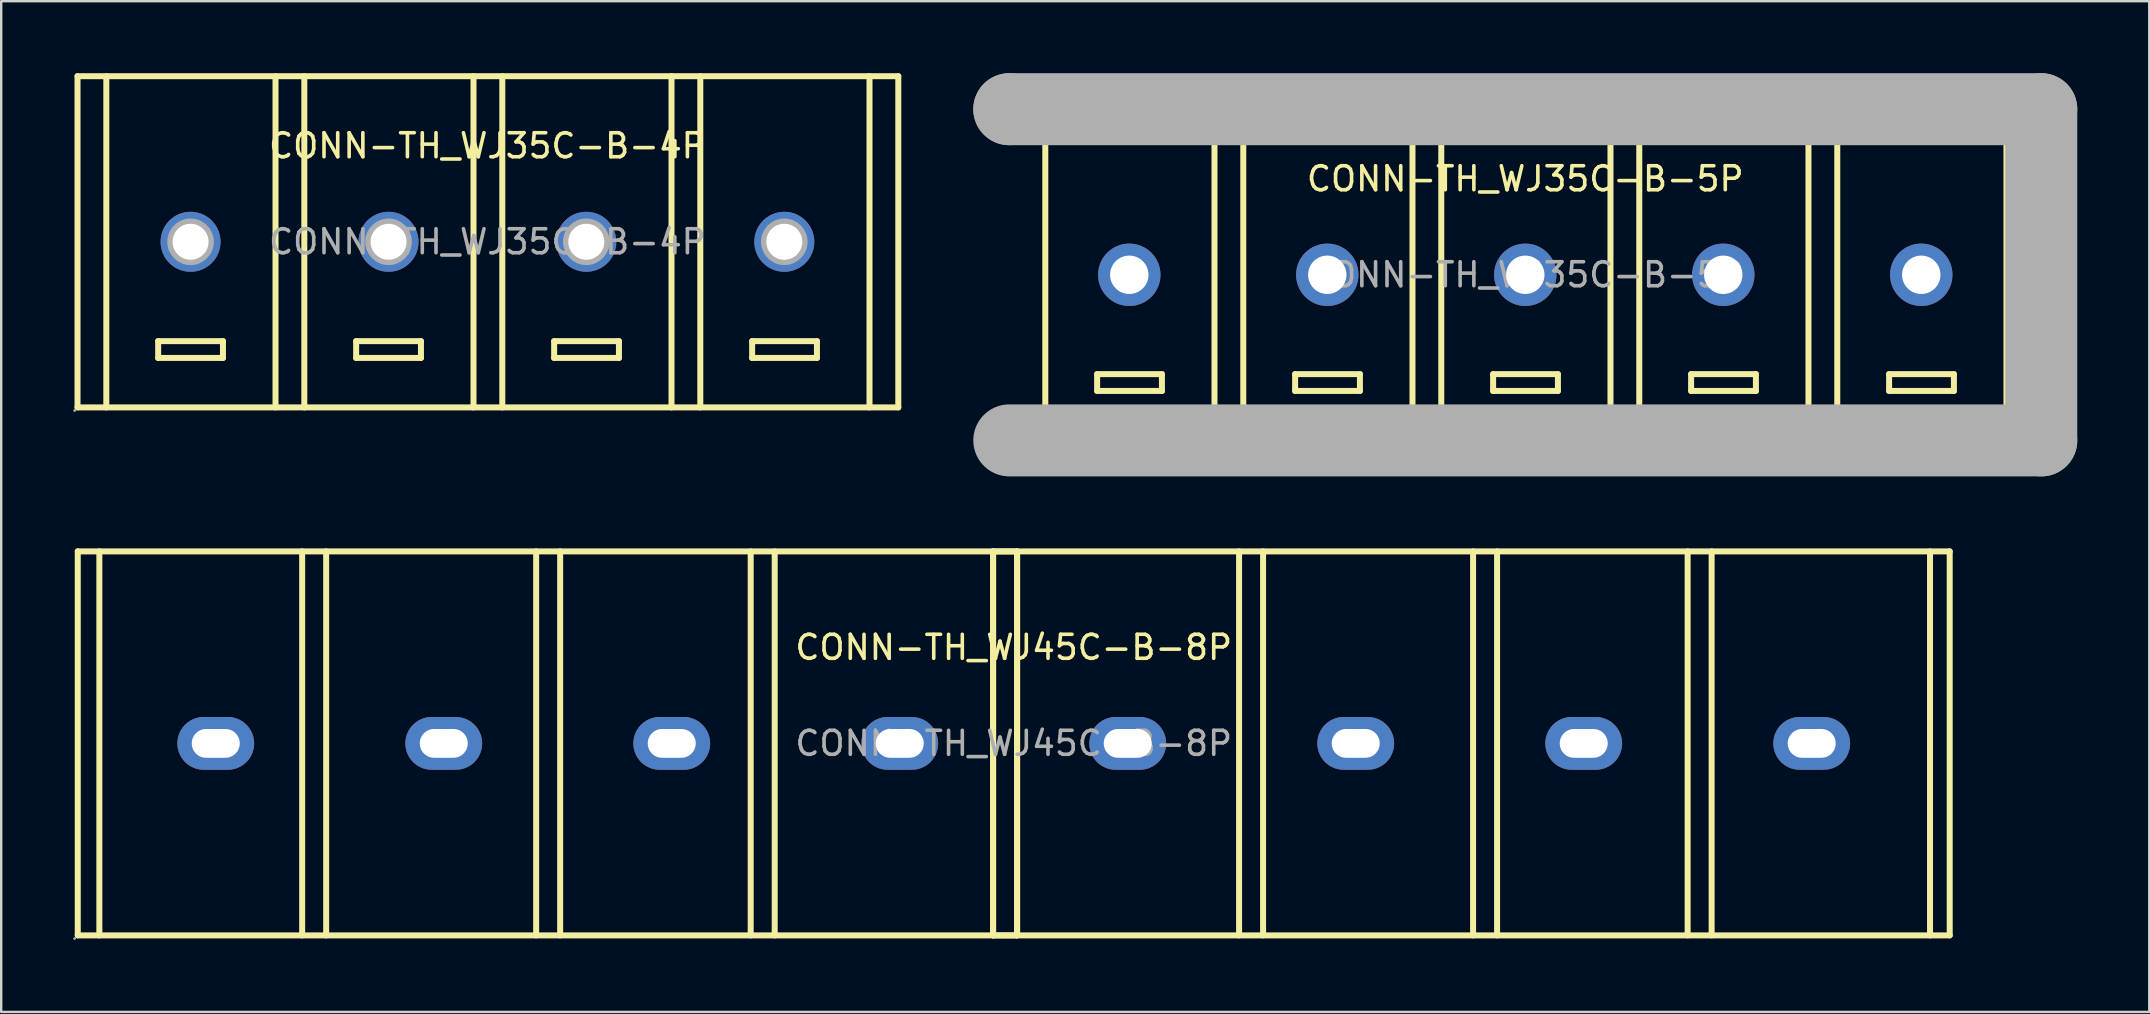
<source format=kicad_pcb>
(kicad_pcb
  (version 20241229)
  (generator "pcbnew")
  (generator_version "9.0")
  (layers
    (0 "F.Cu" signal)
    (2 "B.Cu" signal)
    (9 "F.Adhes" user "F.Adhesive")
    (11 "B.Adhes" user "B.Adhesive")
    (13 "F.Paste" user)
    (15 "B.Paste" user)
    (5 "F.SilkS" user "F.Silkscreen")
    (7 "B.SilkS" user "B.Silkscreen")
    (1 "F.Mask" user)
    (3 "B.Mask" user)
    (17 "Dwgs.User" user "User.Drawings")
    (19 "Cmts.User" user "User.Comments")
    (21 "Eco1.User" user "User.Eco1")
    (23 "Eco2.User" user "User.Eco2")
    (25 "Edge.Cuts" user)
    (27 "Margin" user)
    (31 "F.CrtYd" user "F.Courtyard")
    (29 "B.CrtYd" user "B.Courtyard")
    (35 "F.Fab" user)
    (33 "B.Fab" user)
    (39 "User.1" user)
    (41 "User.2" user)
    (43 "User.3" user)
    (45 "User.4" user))
  (footprint "CONN-TH_WJ45C-B-8P"
    (layer "F.Cu")
    (at 39.19 27.925)
    (property "Reference" "CONN-TH_WJ45C-B-8P" (at 0 -4 0) (layer "F.SilkS") (effects (font (size 1 1) (thickness 0.15))))
    (attr through_hole)
    (fp_line (start -39 -8) (end -39 8) (stroke (width 0.25) (type solid)) (layer "F.SilkS"))
    (fp_line (start -39 -8) (end 0.1 -8) (stroke (width 0.25) (type solid)) (layer "F.SilkS"))
    (fp_line (start -39 8) (end 0.1 8) (stroke (width 0.25) (type solid)) (layer "F.SilkS"))
    (fp_line (start -38.1 -8) (end -38.1 8) (stroke (width 0.25) (type solid)) (layer "F.SilkS"))
    (fp_line (start -29.65 -8) (end -29.65 8) (stroke (width 0.25) (type solid)) (layer "F.SilkS"))
    (fp_line (start -28.65 -8) (end -28.65 8) (stroke (width 0.25) (type solid)) (layer "F.SilkS"))
    (fp_line (start -19.9 -8) (end -19.9 8) (stroke (width 0.25) (type solid)) (layer "F.SilkS"))
    (fp_line (start -18.9 -8) (end -18.9 8) (stroke (width 0.25) (type solid)) (layer "F.SilkS"))
    (fp_line (start -10.96 -8) (end -10.96 8) (stroke (width 0.25) (type solid)) (layer "F.SilkS"))
    (fp_line (start -9.96 -8) (end -9.96 8) (stroke (width 0.25) (type solid)) (layer "F.SilkS"))
    (fp_line (start -0.86 -8) (end -0.86 8) (stroke (width 0.25) (type solid)) (layer "F.SilkS"))
    (fp_line (start -0.86 -8) (end -0.86 8) (stroke (width 0.25) (type solid)) (layer "F.SilkS"))
    (fp_line (start -0.86 -8) (end 39 -8) (stroke (width 0.25) (type solid)) (layer "F.SilkS"))
    (fp_line (start -0.86 8) (end 39 8) (stroke (width 0.25) (type solid)) (layer "F.SilkS"))
    (fp_line (start 0.14 -8) (end 0.14 8) (stroke (width 0.25) (type solid)) (layer "F.SilkS"))
    (fp_line (start 0.14 -8) (end 0.14 8) (stroke (width 0.25) (type solid)) (layer "F.SilkS"))
    (fp_line (start 9.39 -8) (end 9.39 8) (stroke (width 0.25) (type solid)) (layer "F.SilkS"))
    (fp_line (start 10.39 -8) (end 10.39 8) (stroke (width 0.25) (type solid)) (layer "F.SilkS"))
    (fp_line (start 19.14 -8) (end 19.14 8) (stroke (width 0.25) (type solid)) (layer "F.SilkS"))
    (fp_line (start 20.14 -8) (end 20.14 8) (stroke (width 0.25) (type solid)) (layer "F.SilkS"))
    (fp_line (start 28.08 -8) (end 28.08 8) (stroke (width 0.25) (type solid)) (layer "F.SilkS"))
    (fp_line (start 29.08 -8) (end 29.08 8) (stroke (width 0.25) (type solid)) (layer "F.SilkS"))
    (fp_line (start 38.18 -8) (end 38.18 8) (stroke (width 0.25) (type solid)) (layer "F.SilkS"))
    (fp_line (start 39 -8) (end 39 8) (stroke (width 0.25) (type solid)) (layer "F.SilkS"))
    (fp_circle (center -39.13 8.13) (end -39.1 8.13) (stroke (width 0.06) (type solid)) (fill no) (layer "F.Fab"))
    (fp_text user "${REFERENCE}" (at 0 0 0) (layer "F.Fab") (effects (font (size 1 1) (thickness 0.15))))
    (pad "1" thru_hole oval (at -33.25 0) (size 3.2 2.2) (drill oval 2 1.2) (layers "*.Cu" "*.Paste" "*.Mask"))
    (pad "2" thru_hole oval (at -23.75 0) (size 3.2 2.2) (drill oval 2 1.2) (layers "*.Cu" "*.Paste" "*.Mask"))
    (pad "3" thru_hole oval (at -14.25 0) (size 3.2 2.2) (drill oval 2 1.2) (layers "*.Cu" "*.Paste" "*.Mask"))
    (pad "4" thru_hole oval (at -4.75 0) (size 3.2 2.2) (drill oval 2 1.2) (layers "*.Cu" "*.Paste" "*.Mask"))
    (pad "5" thru_hole oval (at 4.75 0) (size 3.2 2.2) (drill oval 2 1.2) (layers "*.Cu" "*.Paste" "*.Mask"))
    (pad "6" thru_hole oval (at 14.25 0) (size 3.2 2.2) (drill oval 2 1.2) (layers "*.Cu" "*.Paste" "*.Mask"))
    (pad "7" thru_hole oval (at 23.75 0) (size 3.2 2.2) (drill oval 2 1.2) (layers "*.Cu" "*.Paste" "*.Mask"))
    (pad "8" thru_hole oval (at 33.25 0) (size 3.2 2.2) (drill oval 2 1.2) (layers "*.Cu" "*.Paste" "*.Mask")))
  (footprint "CONN-TH_WJ35C-B-4P"
    (layer "F.Cu")
    (at 17.26 7.025)
    (property "Reference" "CONN-TH_WJ35C-B-4P" (at 0 -4 0) (layer "F.SilkS") (effects (font (size 1 1) (thickness 0.15))))
    (attr through_hole)
    (fp_line (start -17.08 -6.9) (end -17.08 6.9) (stroke (width 0.25) (type solid)) (layer "F.SilkS"))
    (fp_line (start -17.08 6.9) (end 17.12 6.9) (stroke (width 0.25) (type solid)) (layer "F.SilkS"))
    (fp_line (start -15.88 -6.9) (end -15.88 6.9) (stroke (width 0.25) (type solid)) (layer "F.SilkS"))
    (fp_line (start -13.72 4.14) (end -11.02 4.14) (stroke (width 0.25) (type solid)) (layer "F.SilkS"))
    (fp_line (start -13.72 4.84) (end -13.72 4.14) (stroke (width 0.25) (type solid)) (layer "F.SilkS"))
    (fp_line (start -11.02 4.14) (end -11.02 4.84) (stroke (width 0.25) (type solid)) (layer "F.SilkS"))
    (fp_line (start -11.02 4.84) (end -13.72 4.84) (stroke (width 0.25) (type solid)) (layer "F.SilkS"))
    (fp_line (start -8.83 -6.9) (end -8.83 6.9) (stroke (width 0.25) (type solid)) (layer "F.SilkS"))
    (fp_line (start -7.63 -6.9) (end -7.63 6.9) (stroke (width 0.25) (type solid)) (layer "F.SilkS"))
    (fp_line (start -5.47 4.14) (end -2.77 4.14) (stroke (width 0.25) (type solid)) (layer "F.SilkS"))
    (fp_line (start -5.47 4.84) (end -5.47 4.14) (stroke (width 0.25) (type solid)) (layer "F.SilkS"))
    (fp_line (start -2.77 4.14) (end -2.77 4.84) (stroke (width 0.25) (type solid)) (layer "F.SilkS"))
    (fp_line (start -2.77 4.84) (end -5.47 4.84) (stroke (width 0.25) (type solid)) (layer "F.SilkS"))
    (fp_line (start -0.58 -6.9) (end -0.58 6.9) (stroke (width 0.25) (type solid)) (layer "F.SilkS"))
    (fp_line (start 0.62 -6.9) (end 0.62 6.9) (stroke (width 0.25) (type solid)) (layer "F.SilkS"))
    (fp_line (start 2.78 4.14) (end 5.48 4.14) (stroke (width 0.25) (type solid)) (layer "F.SilkS"))
    (fp_line (start 2.78 4.84) (end 2.78 4.14) (stroke (width 0.25) (type solid)) (layer "F.SilkS"))
    (fp_line (start 5.48 4.14) (end 5.48 4.84) (stroke (width 0.25) (type solid)) (layer "F.SilkS"))
    (fp_line (start 5.48 4.84) (end 2.78 4.84) (stroke (width 0.25) (type solid)) (layer "F.SilkS"))
    (fp_line (start 7.67 -6.9) (end 7.67 6.9) (stroke (width 0.25) (type solid)) (layer "F.SilkS"))
    (fp_line (start 8.87 -6.9) (end 8.87 6.9) (stroke (width 0.25) (type solid)) (layer "F.SilkS"))
    (fp_line (start 11.03 4.14) (end 13.73 4.14) (stroke (width 0.25) (type solid)) (layer "F.SilkS"))
    (fp_line (start 11.03 4.84) (end 11.03 4.14) (stroke (width 0.25) (type solid)) (layer "F.SilkS"))
    (fp_line (start 13.73 4.14) (end 13.73 4.84) (stroke (width 0.25) (type solid)) (layer "F.SilkS"))
    (fp_line (start 13.73 4.84) (end 11.03 4.84) (stroke (width 0.25) (type solid)) (layer "F.SilkS"))
    (fp_line (start 15.92 -6.9) (end 15.92 6.9) (stroke (width 0.25) (type solid)) (layer "F.SilkS"))
    (fp_line (start 17.12 -6.9) (end -17.08 -6.9) (stroke (width 0.25) (type solid)) (layer "F.SilkS"))
    (fp_line (start 17.12 -6.9) (end 17.12 6.9) (stroke (width 0.25) (type solid)) (layer "F.SilkS"))
    (fp_circle (center -17.2 7.03) (end -17.17 7.03) (stroke (width 0.06) (type solid)) (fill no) (layer "F.Fab"))
    (fp_circle (center -12.37 0) (end -12.05 0) (stroke (width 0.65) (type solid)) (fill no) (layer "F.Fab"))
    (fp_circle (center -4.12 0) (end -3.8 0) (stroke (width 0.65) (type solid)) (fill no) (layer "F.Fab"))
    (fp_circle (center 4.12 0) (end 4.44 0) (stroke (width 0.65) (type solid)) (fill no) (layer "F.Fab"))
    (fp_circle (center 12.37 0) (end 12.69 0) (stroke (width 0.65) (type solid)) (fill no) (layer "F.Fab"))
    (fp_text user "${REFERENCE}" (at 0 0 0) (layer "F.Fab") (effects (font (size 1 1) (thickness 0.15))))
    (pad "1" thru_hole circle (at -12.37 0) (size 2.5 2.5) (drill 1.5) (layers "*.Cu" "*.Paste" "*.Mask"))
    (pad "2" thru_hole circle (at -4.12 0) (size 2.5 2.5) (drill 1.5) (layers "*.Cu" "*.Paste" "*.Mask"))
    (pad "3" thru_hole circle (at 4.12 0) (size 2.5 2.5) (drill 1.5) (layers "*.Cu" "*.Paste" "*.Mask"))
    (pad "4" thru_hole circle (at 12.37 0) (size 2.5 2.5) (drill 1.5) (layers "*.Cu" "*.Paste" "*.Mask")))
  (footprint "CONN-TH_WJ35C-B-5P"
    (layer "F.Cu")
    (at 60.505 8.4)
    (property "Reference" "CONN-TH_WJ35C-B-5P" (at 0 -4 0) (layer "F.SilkS") (effects (font (size 1 1) (thickness 0.15))))
    (attr through_hole)
    (fp_line (start -20 -6.9) (end -20 6.9) (stroke (width 0.25) (type solid)) (layer "F.SilkS"))
    (fp_line (start -17.84 4.14) (end -15.14 4.14) (stroke (width 0.25) (type solid)) (layer "F.SilkS"))
    (fp_line (start -17.84 4.84) (end -17.84 4.14) (stroke (width 0.25) (type solid)) (layer "F.SilkS"))
    (fp_line (start -15.14 4.14) (end -15.14 4.84) (stroke (width 0.25) (type solid)) (layer "F.SilkS"))
    (fp_line (start -15.14 4.84) (end -17.84 4.84) (stroke (width 0.25) (type solid)) (layer "F.SilkS"))
    (fp_line (start -12.95 -6.9) (end -12.95 6.9) (stroke (width 0.25) (type solid)) (layer "F.SilkS"))
    (fp_line (start -11.75 -6.9) (end -11.75 6.9) (stroke (width 0.25) (type solid)) (layer "F.SilkS"))
    (fp_line (start -9.59 4.14) (end -6.89 4.14) (stroke (width 0.25) (type solid)) (layer "F.SilkS"))
    (fp_line (start -9.59 4.84) (end -9.59 4.14) (stroke (width 0.25) (type solid)) (layer "F.SilkS"))
    (fp_line (start -6.89 4.14) (end -6.89 4.84) (stroke (width 0.25) (type solid)) (layer "F.SilkS"))
    (fp_line (start -6.89 4.84) (end -9.59 4.84) (stroke (width 0.25) (type solid)) (layer "F.SilkS"))
    (fp_line (start -4.7 -6.9) (end -4.7 6.9) (stroke (width 0.25) (type solid)) (layer "F.SilkS"))
    (fp_line (start -3.5 -6.9) (end -3.5 6.9) (stroke (width 0.25) (type solid)) (layer "F.SilkS"))
    (fp_line (start -1.34 4.14) (end 1.36 4.14) (stroke (width 0.25) (type solid)) (layer "F.SilkS"))
    (fp_line (start -1.34 4.84) (end -1.34 4.14) (stroke (width 0.25) (type solid)) (layer "F.SilkS"))
    (fp_line (start 1.36 4.14) (end 1.36 4.84) (stroke (width 0.25) (type solid)) (layer "F.SilkS"))
    (fp_line (start 1.36 4.84) (end -1.34 4.84) (stroke (width 0.25) (type solid)) (layer "F.SilkS"))
    (fp_line (start 3.55 -6.9) (end 3.55 6.9) (stroke (width 0.25) (type solid)) (layer "F.SilkS"))
    (fp_line (start 4.75 -6.9) (end 4.75 6.9) (stroke (width 0.25) (type solid)) (layer "F.SilkS"))
    (fp_line (start 6.91 4.14) (end 9.61 4.14) (stroke (width 0.25) (type solid)) (layer "F.SilkS"))
    (fp_line (start 6.91 4.84) (end 6.91 4.14) (stroke (width 0.25) (type solid)) (layer "F.SilkS"))
    (fp_line (start 9.61 4.14) (end 9.61 4.84) (stroke (width 0.25) (type solid)) (layer "F.SilkS"))
    (fp_line (start 9.61 4.84) (end 6.91 4.84) (stroke (width 0.25) (type solid)) (layer "F.SilkS"))
    (fp_line (start 11.8 -6.9) (end 11.8 6.9) (stroke (width 0.25) (type solid)) (layer "F.SilkS"))
    (fp_line (start 13 -6.9) (end 13 6.9) (stroke (width 0.25) (type solid)) (layer "F.SilkS"))
    (fp_line (start 15.16 4.14) (end 17.86 4.14) (stroke (width 0.25) (type solid)) (layer "F.SilkS"))
    (fp_line (start 15.16 4.84) (end 15.16 4.14) (stroke (width 0.25) (type solid)) (layer "F.SilkS"))
    (fp_line (start 17.86 4.14) (end 17.86 4.84) (stroke (width 0.25) (type solid)) (layer "F.SilkS"))
    (fp_line (start 17.86 4.84) (end 15.16 4.84) (stroke (width 0.25) (type solid)) (layer "F.SilkS"))
    (fp_line (start 20.05 -6.9) (end 20.05 6.9) (stroke (width 0.25) (type solid)) (layer "F.SilkS"))
    (fp_line (start -21.5 -6.9) (end -21.5 -6.9) (stroke (width 3) (type solid)) (layer "F.Fab"))
    (fp_line (start -21.5 -6.9) (end 21.5 -6.9) (stroke (width 3) (type solid)) (layer "F.Fab"))
    (fp_line (start 21.5 -6.9) (end 21.5 6.9) (stroke (width 3) (type solid)) (layer "F.Fab"))
    (fp_line (start 21.5 6.9) (end -21.5 6.9) (stroke (width 3) (type solid)) (layer "F.Fab"))
    (fp_circle (center -21.63 7.03) (end -21.6 7.03) (stroke (width 0.06) (type solid)) (fill no) (layer "F.Fab"))
    (fp_circle (center -16.5 0) (end -16.15 0) (stroke (width 0.7) (type solid)) (fill no) (layer "F.Fab"))
    (fp_circle (center -8.25 0) (end -7.9 0) (stroke (width 0.7) (type solid)) (fill no) (layer "F.Fab"))
    (fp_circle (center 0 0) (end 0.35 0) (stroke (width 0.7) (type solid)) (fill no) (layer "F.Fab"))
    (fp_circle (center 8.25 0) (end 8.6 0) (stroke (width 0.7) (type solid)) (fill no) (layer "F.Fab"))
    (fp_circle (center 16.5 0) (end 16.85 0) (stroke (width 0.7) (type solid)) (fill no) (layer "F.Fab"))
    (fp_text user "${REFERENCE}" (at 0 0 0) (layer "F.Fab") (effects (font (size 1 1) (thickness 0.15))))
    (pad "1" thru_hole circle (at -16.5 0) (size 2.6 2.6) (drill 1.6) (layers "*.Cu" "*.Paste" "*.Mask"))
    (pad "2" thru_hole circle (at -8.25 0) (size 2.6 2.6) (drill 1.6) (layers "*.Cu" "*.Paste" "*.Mask"))
    (pad "3" thru_hole circle (at 0 0) (size 2.6 2.6) (drill 1.6) (layers "*.Cu" "*.Paste" "*.Mask"))
    (pad "4" thru_hole circle (at 8.25 0) (size 2.6 2.6) (drill 1.6) (layers "*.Cu" "*.Paste" "*.Mask"))
    (pad "5" thru_hole circle (at 16.5 0) (size 2.6 2.6) (drill 1.6) (layers "*.Cu" "*.Paste" "*.Mask")))
  (gr_rect
    (start -3 -3)
    (end 86.505 39.115)
    (stroke (width 0.1) (type default))
    (fill no)
    (layer "Edge.Cuts")))
</source>
